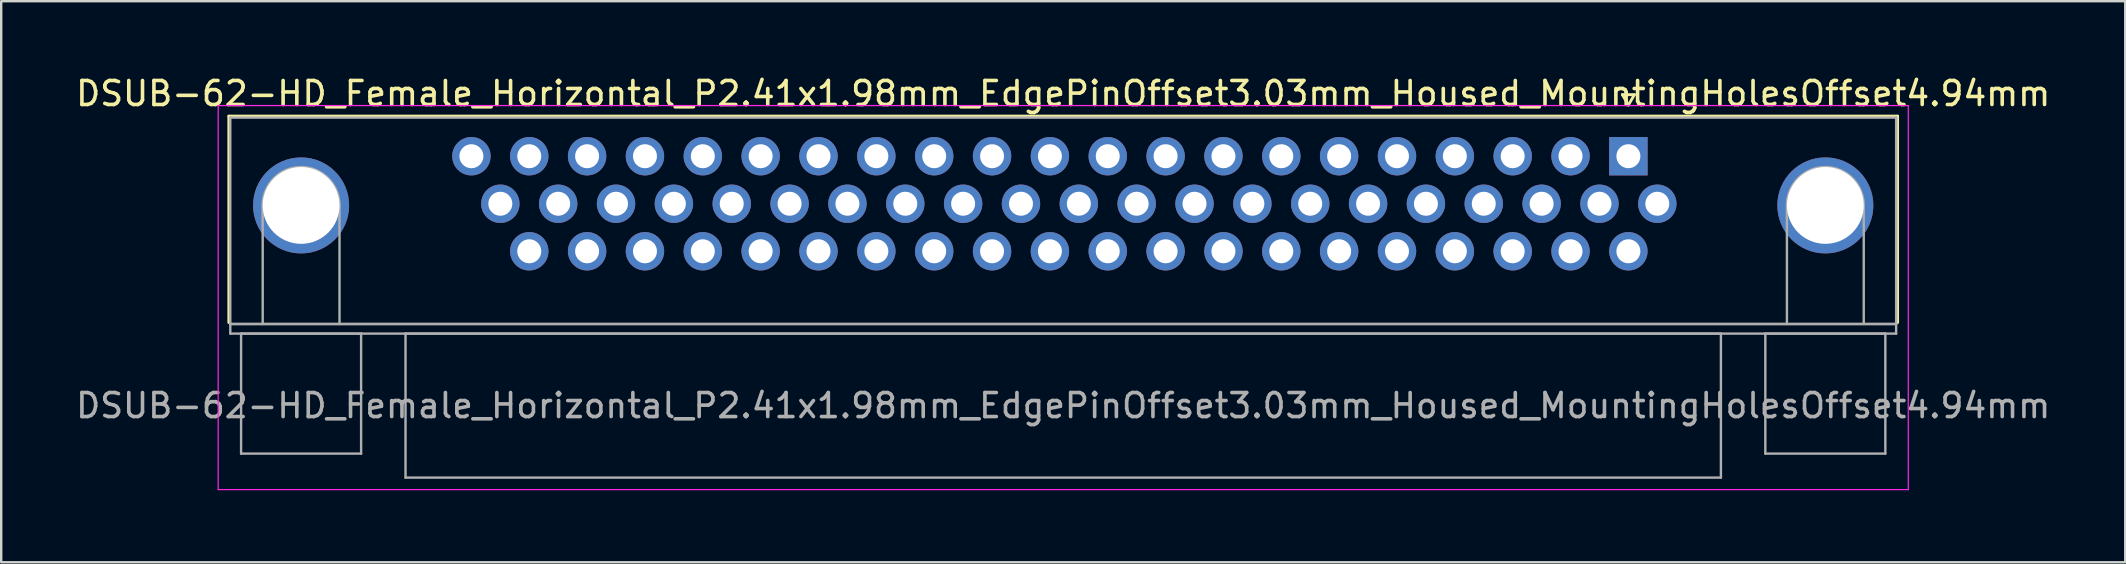
<source format=kicad_pcb>
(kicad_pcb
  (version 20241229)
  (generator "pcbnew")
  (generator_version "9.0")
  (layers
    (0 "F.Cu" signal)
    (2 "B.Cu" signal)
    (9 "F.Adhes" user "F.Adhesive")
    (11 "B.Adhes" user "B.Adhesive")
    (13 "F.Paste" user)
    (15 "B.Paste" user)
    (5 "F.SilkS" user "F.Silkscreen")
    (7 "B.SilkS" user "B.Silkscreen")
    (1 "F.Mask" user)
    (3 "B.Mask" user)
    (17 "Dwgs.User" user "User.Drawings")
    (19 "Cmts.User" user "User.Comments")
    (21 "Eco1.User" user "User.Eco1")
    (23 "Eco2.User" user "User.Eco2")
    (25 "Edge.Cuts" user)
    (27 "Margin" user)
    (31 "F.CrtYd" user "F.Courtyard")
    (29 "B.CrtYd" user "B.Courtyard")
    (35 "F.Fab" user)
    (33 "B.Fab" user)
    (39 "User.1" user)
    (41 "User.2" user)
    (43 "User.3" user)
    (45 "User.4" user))
  (footprint "DSUB-62-HD_Female_Horizontal_P2.41x1.98mm_EdgePinOffset3.03mm_Housed_MountingHolesOffset4.94mm"
    (layer "F.Cu")
    (at 64.789 3.458)
    (property "Reference" "DSUB-62-HD_Female_Horizontal_P2.41x1.98mm_EdgePinOffset3.03mm_Housed_MountingHolesOffset4.94mm" (at -23.545 -2.61 0) (layer "F.SilkS") (effects (font (size 1 1) (thickness 0.15))))
    (attr through_hole)
    (fp_line (start -58.305 -1.67) (end 11.215 -1.67) (stroke (width 0.12) (type solid)) (layer "F.SilkS"))
    (fp_line (start -58.305 6.93) (end -58.305 -1.67) (stroke (width 0.12) (type solid)) (layer "F.SilkS"))
    (fp_line (start -0.25 -2.564) (end 0.25 -2.564) (stroke (width 0.12) (type solid)) (layer "F.SilkS"))
    (fp_line (start 0 -2.131) (end -0.25 -2.564) (stroke (width 0.12) (type solid)) (layer "F.SilkS"))
    (fp_line (start 0.25 -2.564) (end 0 -2.131) (stroke (width 0.12) (type solid)) (layer "F.SilkS"))
    (fp_line (start 11.215 -1.67) (end 11.215 6.93) (stroke (width 0.12) (type solid)) (layer "F.SilkS"))
    (fp_line (start -58.75 -2.11) (end -58.75 13.89) (stroke (width 0.05) (type solid)) (layer "F.CrtYd"))
    (fp_line (start -58.75 13.89) (end 11.66 13.89) (stroke (width 0.05) (type solid)) (layer "F.CrtYd"))
    (fp_line (start 11.66 -2.11) (end -58.75 -2.11) (stroke (width 0.05) (type solid)) (layer "F.CrtYd"))
    (fp_line (start 11.66 13.89) (end 11.66 -2.11) (stroke (width 0.05) (type solid)) (layer "F.CrtYd"))
    (fp_line (start -58.245 -1.61) (end -58.245 6.99) (stroke (width 0.1) (type solid)) (layer "F.Fab"))
    (fp_line (start -58.245 6.99) (end -58.245 7.39) (stroke (width 0.1) (type solid)) (layer "F.Fab"))
    (fp_line (start -58.245 6.99) (end 11.155 6.99) (stroke (width 0.1) (type solid)) (layer "F.Fab"))
    (fp_line (start -58.245 7.39) (end 11.155 7.39) (stroke (width 0.1) (type solid)) (layer "F.Fab"))
    (fp_line (start -57.795 7.39) (end -57.795 12.39) (stroke (width 0.1) (type solid)) (layer "F.Fab"))
    (fp_line (start -57.795 12.39) (end -52.795 12.39) (stroke (width 0.1) (type solid)) (layer "F.Fab"))
    (fp_line (start -56.895 6.99) (end -56.895 2.05) (stroke (width 0.1) (type solid)) (layer "F.Fab"))
    (fp_line (start -53.695 6.99) (end -53.695 2.05) (stroke (width 0.1) (type solid)) (layer "F.Fab"))
    (fp_line (start -52.795 7.39) (end -57.795 7.39) (stroke (width 0.1) (type solid)) (layer "F.Fab"))
    (fp_line (start -52.795 12.39) (end -52.795 7.39) (stroke (width 0.1) (type solid)) (layer "F.Fab"))
    (fp_line (start -50.945 7.39) (end -50.945 13.39) (stroke (width 0.1) (type solid)) (layer "F.Fab"))
    (fp_line (start -50.945 13.39) (end 3.855 13.39) (stroke (width 0.1) (type solid)) (layer "F.Fab"))
    (fp_line (start 3.855 7.39) (end -50.945 7.39) (stroke (width 0.1) (type solid)) (layer "F.Fab"))
    (fp_line (start 3.855 13.39) (end 3.855 7.39) (stroke (width 0.1) (type solid)) (layer "F.Fab"))
    (fp_line (start 5.705 7.39) (end 5.705 12.39) (stroke (width 0.1) (type solid)) (layer "F.Fab"))
    (fp_line (start 5.705 12.39) (end 10.705 12.39) (stroke (width 0.1) (type solid)) (layer "F.Fab"))
    (fp_line (start 6.605 6.99) (end 6.605 2.05) (stroke (width 0.1) (type solid)) (layer "F.Fab"))
    (fp_line (start 9.805 6.99) (end 9.805 2.05) (stroke (width 0.1) (type solid)) (layer "F.Fab"))
    (fp_line (start 10.705 7.39) (end 5.705 7.39) (stroke (width 0.1) (type solid)) (layer "F.Fab"))
    (fp_line (start 10.705 12.39) (end 10.705 7.39) (stroke (width 0.1) (type solid)) (layer "F.Fab"))
    (fp_line (start 11.155 -1.61) (end -58.245 -1.61) (stroke (width 0.1) (type solid)) (layer "F.Fab"))
    (fp_line (start 11.155 6.99) (end -58.245 6.99) (stroke (width 0.1) (type solid)) (layer "F.Fab"))
    (fp_line (start 11.155 6.99) (end 11.155 -1.61) (stroke (width 0.1) (type solid)) (layer "F.Fab"))
    (fp_line (start 11.155 7.39) (end 11.155 6.99) (stroke (width 0.1) (type solid)) (layer "F.Fab"))
    (fp_arc (start -56.895 2.05) (mid -55.295 0.45) (end -53.695 2.05) (stroke (width 0.1) (type solid)) (layer "F.Fab"))
    (fp_arc (start 6.605 2.05) (mid 8.205 0.45) (end 9.805 2.05) (stroke (width 0.1) (type solid)) (layer "F.Fab"))
    (fp_text user "${REFERENCE}" (at -23.545 10.39 0) (layer "F.Fab") (effects (font (size 1 1) (thickness 0.15))))
    (pad "0" thru_hole circle (at -55.295 2.05) (size 4 4) (drill 3.2) (layers "*.Cu" "*.Mask"))
    (pad "0" thru_hole circle (at 8.205 2.05) (size 4 4) (drill 3.2) (layers "*.Cu" "*.Mask"))
    (pad "1" thru_hole rect (at 0 0) (size 1.6 1.6) (drill 1) (layers "*.Cu" "*.Mask"))
    (pad "2" thru_hole circle (at -2.41 0) (size 1.6 1.6) (drill 1) (layers "*.Cu" "*.Mask"))
    (pad "3" thru_hole circle (at -4.82 0) (size 1.6 1.6) (drill 1) (layers "*.Cu" "*.Mask"))
    (pad "4" thru_hole circle (at -7.23 0) (size 1.6 1.6) (drill 1) (layers "*.Cu" "*.Mask"))
    (pad "5" thru_hole circle (at -9.64 0) (size 1.6 1.6) (drill 1) (layers "*.Cu" "*.Mask"))
    (pad "6" thru_hole circle (at -12.05 0) (size 1.6 1.6) (drill 1) (layers "*.Cu" "*.Mask"))
    (pad "7" thru_hole circle (at -14.46 0) (size 1.6 1.6) (drill 1) (layers "*.Cu" "*.Mask"))
    (pad "8" thru_hole circle (at -16.87 0) (size 1.6 1.6) (drill 1) (layers "*.Cu" "*.Mask"))
    (pad "9" thru_hole circle (at -19.28 0) (size 1.6 1.6) (drill 1) (layers "*.Cu" "*.Mask"))
    (pad "10" thru_hole circle (at -21.69 0) (size 1.6 1.6) (drill 1) (layers "*.Cu" "*.Mask"))
    (pad "11" thru_hole circle (at -24.1 0) (size 1.6 1.6) (drill 1) (layers "*.Cu" "*.Mask"))
    (pad "12" thru_hole circle (at -26.51 0) (size 1.6 1.6) (drill 1) (layers "*.Cu" "*.Mask"))
    (pad "13" thru_hole circle (at -28.92 0) (size 1.6 1.6) (drill 1) (layers "*.Cu" "*.Mask"))
    (pad "14" thru_hole circle (at -31.33 0) (size 1.6 1.6) (drill 1) (layers "*.Cu" "*.Mask"))
    (pad "15" thru_hole circle (at -33.74 0) (size 1.6 1.6) (drill 1) (layers "*.Cu" "*.Mask"))
    (pad "16" thru_hole circle (at -36.15 0) (size 1.6 1.6) (drill 1) (layers "*.Cu" "*.Mask"))
    (pad "17" thru_hole circle (at -38.56 0) (size 1.6 1.6) (drill 1) (layers "*.Cu" "*.Mask"))
    (pad "18" thru_hole circle (at -40.97 0) (size 1.6 1.6) (drill 1) (layers "*.Cu" "*.Mask"))
    (pad "19" thru_hole circle (at -43.38 0) (size 1.6 1.6) (drill 1) (layers "*.Cu" "*.Mask"))
    (pad "20" thru_hole circle (at -45.79 0) (size 1.6 1.6) (drill 1) (layers "*.Cu" "*.Mask"))
    (pad "21" thru_hole circle (at -48.2 0) (size 1.6 1.6) (drill 1) (layers "*.Cu" "*.Mask"))
    (pad "22" thru_hole circle (at 1.205 1.98) (size 1.6 1.6) (drill 1) (layers "*.Cu" "*.Mask"))
    (pad "23" thru_hole circle (at -1.205 1.98) (size 1.6 1.6) (drill 1) (layers "*.Cu" "*.Mask"))
    (pad "24" thru_hole circle (at -3.615 1.98) (size 1.6 1.6) (drill 1) (layers "*.Cu" "*.Mask"))
    (pad "25" thru_hole circle (at -6.025 1.98) (size 1.6 1.6) (drill 1) (layers "*.Cu" "*.Mask"))
    (pad "26" thru_hole circle (at -8.435 1.98) (size 1.6 1.6) (drill 1) (layers "*.Cu" "*.Mask"))
    (pad "27" thru_hole circle (at -10.845 1.98) (size 1.6 1.6) (drill 1) (layers "*.Cu" "*.Mask"))
    (pad "28" thru_hole circle (at -13.255 1.98) (size 1.6 1.6) (drill 1) (layers "*.Cu" "*.Mask"))
    (pad "29" thru_hole circle (at -15.665 1.98) (size 1.6 1.6) (drill 1) (layers "*.Cu" "*.Mask"))
    (pad "30" thru_hole circle (at -18.075 1.98) (size 1.6 1.6) (drill 1) (layers "*.Cu" "*.Mask"))
    (pad "31" thru_hole circle (at -20.485 1.98) (size 1.6 1.6) (drill 1) (layers "*.Cu" "*.Mask"))
    (pad "32" thru_hole circle (at -22.895 1.98) (size 1.6 1.6) (drill 1) (layers "*.Cu" "*.Mask"))
    (pad "33" thru_hole circle (at -25.305 1.98) (size 1.6 1.6) (drill 1) (layers "*.Cu" "*.Mask"))
    (pad "34" thru_hole circle (at -27.715 1.98) (size 1.6 1.6) (drill 1) (layers "*.Cu" "*.Mask"))
    (pad "35" thru_hole circle (at -30.125 1.98) (size 1.6 1.6) (drill 1) (layers "*.Cu" "*.Mask"))
    (pad "36" thru_hole circle (at -32.535 1.98) (size 1.6 1.6) (drill 1) (layers "*.Cu" "*.Mask"))
    (pad "37" thru_hole circle (at -34.945 1.98) (size 1.6 1.6) (drill 1) (layers "*.Cu" "*.Mask"))
    (pad "38" thru_hole circle (at -37.355 1.98) (size 1.6 1.6) (drill 1) (layers "*.Cu" "*.Mask"))
    (pad "39" thru_hole circle (at -39.765 1.98) (size 1.6 1.6) (drill 1) (layers "*.Cu" "*.Mask"))
    (pad "40" thru_hole circle (at -42.175 1.98) (size 1.6 1.6) (drill 1) (layers "*.Cu" "*.Mask"))
    (pad "41" thru_hole circle (at -44.585 1.98) (size 1.6 1.6) (drill 1) (layers "*.Cu" "*.Mask"))
    (pad "42" thru_hole circle (at -46.995 1.98) (size 1.6 1.6) (drill 1) (layers "*.Cu" "*.Mask"))
    (pad "43" thru_hole circle (at 0 3.96) (size 1.6 1.6) (drill 1) (layers "*.Cu" "*.Mask"))
    (pad "44" thru_hole circle (at -2.41 3.96) (size 1.6 1.6) (drill 1) (layers "*.Cu" "*.Mask"))
    (pad "45" thru_hole circle (at -4.82 3.96) (size 1.6 1.6) (drill 1) (layers "*.Cu" "*.Mask"))
    (pad "46" thru_hole circle (at -7.23 3.96) (size 1.6 1.6) (drill 1) (layers "*.Cu" "*.Mask"))
    (pad "47" thru_hole circle (at -9.64 3.96) (size 1.6 1.6) (drill 1) (layers "*.Cu" "*.Mask"))
    (pad "48" thru_hole circle (at -12.05 3.96) (size 1.6 1.6) (drill 1) (layers "*.Cu" "*.Mask"))
    (pad "49" thru_hole circle (at -14.46 3.96) (size 1.6 1.6) (drill 1) (layers "*.Cu" "*.Mask"))
    (pad "50" thru_hole circle (at -16.87 3.96) (size 1.6 1.6) (drill 1) (layers "*.Cu" "*.Mask"))
    (pad "51" thru_hole circle (at -19.28 3.96) (size 1.6 1.6) (drill 1) (layers "*.Cu" "*.Mask"))
    (pad "52" thru_hole circle (at -21.69 3.96) (size 1.6 1.6) (drill 1) (layers "*.Cu" "*.Mask"))
    (pad "53" thru_hole circle (at -24.1 3.96) (size 1.6 1.6) (drill 1) (layers "*.Cu" "*.Mask"))
    (pad "54" thru_hole circle (at -26.51 3.96) (size 1.6 1.6) (drill 1) (layers "*.Cu" "*.Mask"))
    (pad "55" thru_hole circle (at -28.92 3.96) (size 1.6 1.6) (drill 1) (layers "*.Cu" "*.Mask"))
    (pad "56" thru_hole circle (at -31.33 3.96) (size 1.6 1.6) (drill 1) (layers "*.Cu" "*.Mask"))
    (pad "57" thru_hole circle (at -33.74 3.96) (size 1.6 1.6) (drill 1) (layers "*.Cu" "*.Mask"))
    (pad "58" thru_hole circle (at -36.15 3.96) (size 1.6 1.6) (drill 1) (layers "*.Cu" "*.Mask"))
    (pad "59" thru_hole circle (at -38.56 3.96) (size 1.6 1.6) (drill 1) (layers "*.Cu" "*.Mask"))
    (pad "60" thru_hole circle (at -40.97 3.96) (size 1.6 1.6) (drill 1) (layers "*.Cu" "*.Mask"))
    (pad "61" thru_hole circle (at -43.38 3.96) (size 1.6 1.6) (drill 1) (layers "*.Cu" "*.Mask"))
    (pad "62" thru_hole circle (at -45.79 3.96) (size 1.6 1.6) (drill 1) (layers "*.Cu" "*.Mask")))
  (gr_rect
    (start -3 -3)
    (end 85.488 20.373)
    (stroke (width 0.1) (type default))
    (fill no)
    (layer "Edge.Cuts")))
</source>
